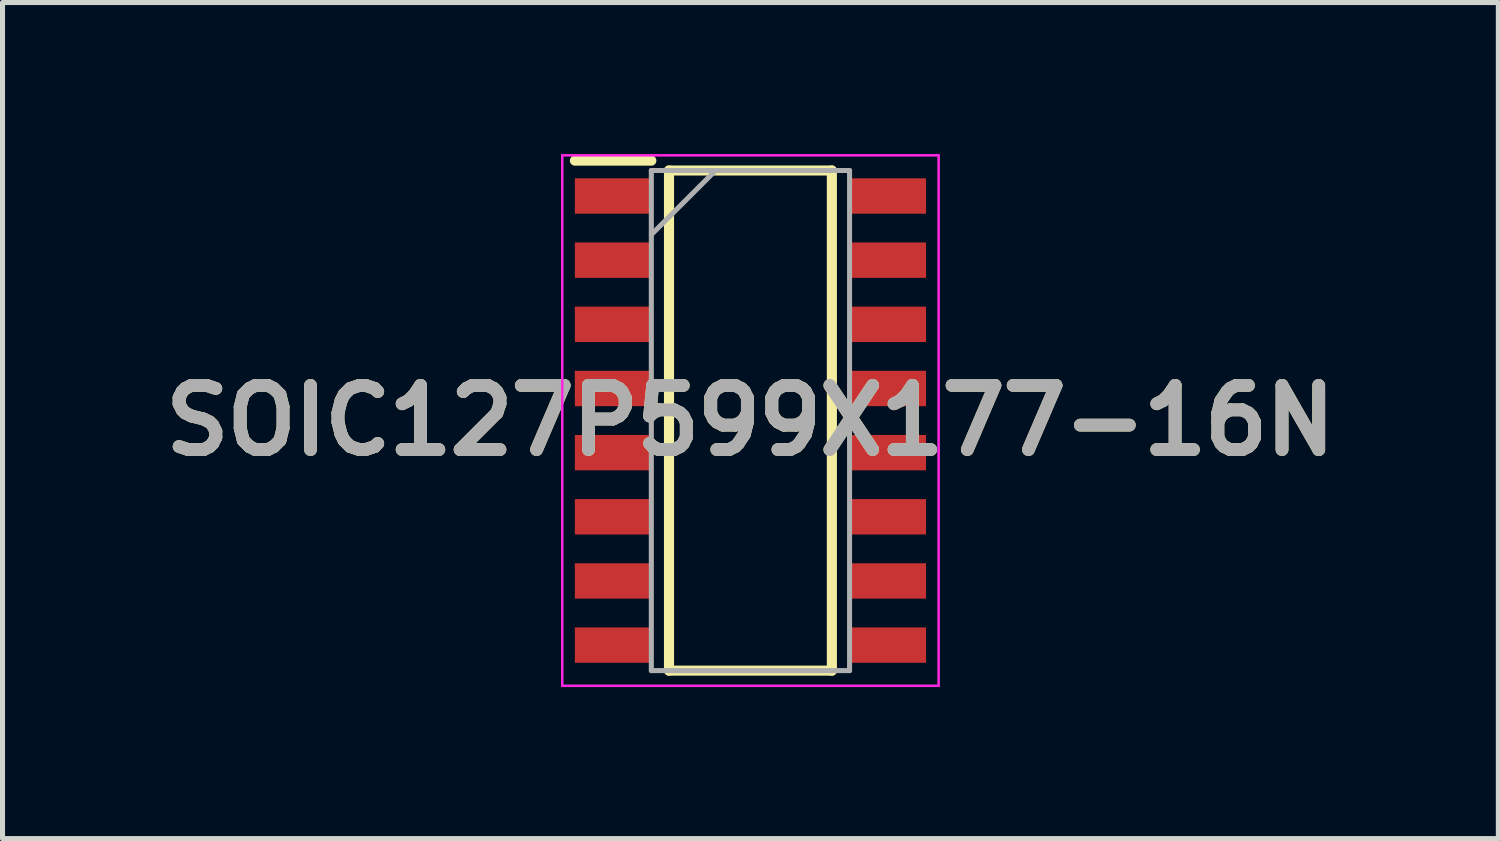
<source format=kicad_pcb>
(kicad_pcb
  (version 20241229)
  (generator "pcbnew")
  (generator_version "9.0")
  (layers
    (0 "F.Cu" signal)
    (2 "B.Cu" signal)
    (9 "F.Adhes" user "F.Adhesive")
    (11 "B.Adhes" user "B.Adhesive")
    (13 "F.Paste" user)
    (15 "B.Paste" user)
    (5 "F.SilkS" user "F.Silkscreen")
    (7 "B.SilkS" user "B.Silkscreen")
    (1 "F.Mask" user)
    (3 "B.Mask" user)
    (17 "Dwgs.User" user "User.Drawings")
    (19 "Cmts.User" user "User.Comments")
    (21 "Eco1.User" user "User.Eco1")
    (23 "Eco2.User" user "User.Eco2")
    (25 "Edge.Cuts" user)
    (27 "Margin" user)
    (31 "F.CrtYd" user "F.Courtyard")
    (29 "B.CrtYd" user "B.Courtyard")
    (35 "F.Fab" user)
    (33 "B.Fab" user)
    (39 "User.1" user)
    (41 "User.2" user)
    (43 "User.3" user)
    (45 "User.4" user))
  (footprint "SOIC127P599X177-16N"
    (layer "F.Cu")
    (at 11.805 5.275)
    (property "Reference" "SOIC127P599X177-16N" (at 0 0 0) (layer "F.SilkS") (effects (font (size 1.27 1.27) (thickness 0.254))))
    (attr smd)
    (fp_line (start -3.475 -5.145) (end -1.962 -5.145) (stroke (width 0.2) (type solid)) (layer "F.SilkS"))
    (fp_line (start -1.612 -4.95) (end 1.612 -4.95) (stroke (width 0.2) (type solid)) (layer "F.SilkS"))
    (fp_line (start -1.612 4.95) (end -1.612 -4.95) (stroke (width 0.2) (type solid)) (layer "F.SilkS"))
    (fp_line (start 1.612 -4.95) (end 1.612 4.95) (stroke (width 0.2) (type solid)) (layer "F.SilkS"))
    (fp_line (start 1.612 4.95) (end -1.612 4.95) (stroke (width 0.2) (type solid)) (layer "F.SilkS"))
    (fp_line (start -3.725 -5.25) (end 3.725 -5.25) (stroke (width 0.05) (type solid)) (layer "F.CrtYd"))
    (fp_line (start -3.725 5.25) (end -3.725 -5.25) (stroke (width 0.05) (type solid)) (layer "F.CrtYd"))
    (fp_line (start 3.725 -5.25) (end 3.725 5.25) (stroke (width 0.05) (type solid)) (layer "F.CrtYd"))
    (fp_line (start 3.725 5.25) (end -3.725 5.25) (stroke (width 0.05) (type solid)) (layer "F.CrtYd"))
    (fp_line (start -1.962 -4.95) (end 1.962 -4.95) (stroke (width 0.1) (type solid)) (layer "F.Fab"))
    (fp_line (start -1.962 -3.68) (end -0.692 -4.95) (stroke (width 0.1) (type solid)) (layer "F.Fab"))
    (fp_line (start -1.962 4.95) (end -1.962 -4.95) (stroke (width 0.1) (type solid)) (layer "F.Fab"))
    (fp_line (start 1.962 -4.95) (end 1.962 4.95) (stroke (width 0.1) (type solid)) (layer "F.Fab"))
    (fp_line (start 1.962 4.95) (end -1.962 4.95) (stroke (width 0.1) (type solid)) (layer "F.Fab"))
    (fp_text user "${REFERENCE}" (at 0 0 0) (layer "F.Fab") (effects (font (size 1.27 1.27) (thickness 0.254))))
    (pad "1" smd rect (at -2.719 -4.445 90) (size 0.7 1.513) (layers "F.Cu" "F.Mask" "F.Paste"))
    (pad "2" smd rect (at -2.719 -3.175 90) (size 0.7 1.513) (layers "F.Cu" "F.Mask" "F.Paste"))
    (pad "3" smd rect (at -2.719 -1.905 90) (size 0.7 1.513) (layers "F.Cu" "F.Mask" "F.Paste"))
    (pad "4" smd rect (at -2.719 -0.635 90) (size 0.7 1.513) (layers "F.Cu" "F.Mask" "F.Paste"))
    (pad "5" smd rect (at -2.719 0.635 90) (size 0.7 1.513) (layers "F.Cu" "F.Mask" "F.Paste"))
    (pad "6" smd rect (at -2.719 1.905 90) (size 0.7 1.513) (layers "F.Cu" "F.Mask" "F.Paste"))
    (pad "7" smd rect (at -2.719 3.175 90) (size 0.7 1.513) (layers "F.Cu" "F.Mask" "F.Paste"))
    (pad "8" smd rect (at -2.719 4.445 90) (size 0.7 1.513) (layers "F.Cu" "F.Mask" "F.Paste"))
    (pad "9" smd rect (at 2.719 4.445 90) (size 0.7 1.513) (layers "F.Cu" "F.Mask" "F.Paste"))
    (pad "10" smd rect (at 2.719 3.175 90) (size 0.7 1.513) (layers "F.Cu" "F.Mask" "F.Paste"))
    (pad "11" smd rect (at 2.719 1.905 90) (size 0.7 1.513) (layers "F.Cu" "F.Mask" "F.Paste"))
    (pad "12" smd rect (at 2.719 0.635 90) (size 0.7 1.513) (layers "F.Cu" "F.Mask" "F.Paste"))
    (pad "13" smd rect (at 2.719 -0.635 90) (size 0.7 1.513) (layers "F.Cu" "F.Mask" "F.Paste"))
    (pad "14" smd rect (at 2.719 -1.905 90) (size 0.7 1.513) (layers "F.Cu" "F.Mask" "F.Paste"))
    (pad "15" smd rect (at 2.719 -3.175 90) (size 0.7 1.513) (layers "F.Cu" "F.Mask" "F.Paste"))
    (pad "16" smd rect (at 2.719 -4.445 90) (size 0.7 1.513) (layers "F.Cu" "F.Mask" "F.Paste")))
  (gr_rect
    (start -3 -3)
    (end 26.61 13.55)
    (stroke (width 0.1) (type default))
    (fill no)
    (layer "Edge.Cuts")))
</source>
